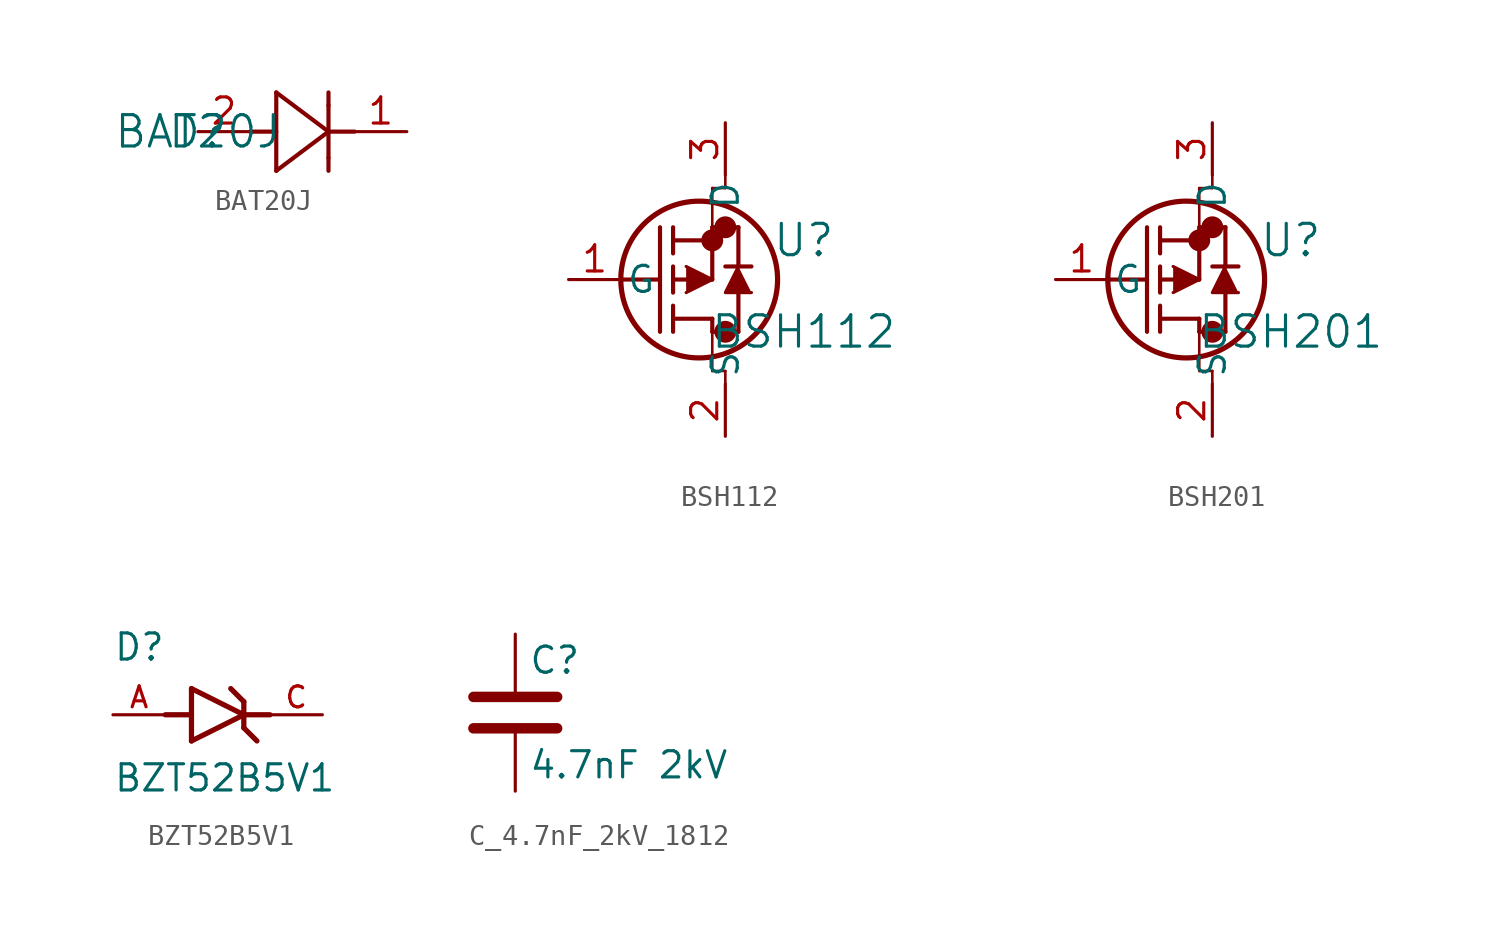
<source format=kicad_sym>
(kicad_symbol_lib
  (version 20231120)
  (generator "kicad_symbol_editor")
  (generator_version "8.0")
  (symbol "BAT20J"
    (pin_names
      (offset 0.254))
    (property "Reference" "D"
      (at 0 0 0)
      (effects (font (size 1.524 1.524))))
    (property "Value" "BAT20J"
      (at 0 0 0)
      (effects (font (size 1.524 1.524))))
    (symbol "BAT20J_0_1"
      (polyline (pts (xy 2.54 0) (xy 3.81 0)) (stroke (width 0.203) (type default)) (fill (type none)))
      (polyline (pts (xy 3.81 -1.905) (xy 6.35 0)) (stroke (width 0.203) (type default)) (fill (type none)))
      (polyline (pts (xy 3.81 1.905) (xy 3.81 -1.905)) (stroke (width 0.203) (type default)) (fill (type none)))
      (polyline (pts (xy 6.35 -1.905) (xy 6.35 -1.27)) (stroke (width 0.203) (type default)) (fill (type none)))
      (polyline (pts (xy 6.35 -1.27) (xy 6.35 1.27)) (stroke (width 0.203) (type default)) (fill (type none)))
      (polyline (pts (xy 6.35 0) (xy 3.81 1.905)) (stroke (width 0.203) (type default)) (fill (type none)))
      (polyline (pts (xy 6.35 1.27) (xy 6.35 1.905)) (stroke (width 0.203) (type default)) (fill (type none)))
      (polyline (pts (xy 7.62 0) (xy 6.35 0)) (stroke (width 0.203) (type default)) (fill (type none))))
    (symbol "BAT20J_1_1"
      (pin passive line (at 10.16 0 180) (length 2.54) (name "" (effects (font (size 1.27 1.27)))) (number "1" (effects (font (size 1.27 1.27)))))
      (pin passive line (at 0 0 0) (length 2.54) (name "" (effects (font (size 1.27 1.27)))) (number "2" (effects (font (size 1.27 1.27)))))))
  (symbol "BSH112"
    (pin_names
      (offset 0.254))
    (property "Reference" "U"
      (at 11.43 1.905 0)
      (effects (font (size 1.524 1.524))))
    (property "Value" "BSH112"
      (at 11.43 -2.54 0)
      (effects (font (size 1.524 1.524))))
    (symbol "BSH112_0_1"
      (polyline (pts (xy 2.54 0) (xy 4.445 0)) (stroke (width 0.203) (type default)) (fill (type none)))
      (polyline (pts (xy 4.445 -2.54) (xy 4.445 2.54)) (stroke (width 0.203) (type default)) (fill (type none)))
      (polyline (pts (xy 5.08 -2.54) (xy 5.08 -1.27)) (stroke (width 0.203) (type default)) (fill (type none)))
      (polyline (pts (xy 5.08 -1.905) (xy 6.985 -1.905)) (stroke (width 0.203) (type default)) (fill (type none)))
      (polyline (pts (xy 5.08 -0.635) (xy 5.08 0.635)) (stroke (width 0.203) (type default)) (fill (type none)))
      (polyline (pts (xy 5.08 1.27) (xy 5.08 2.54)) (stroke (width 0.203) (type default)) (fill (type none)))
      (polyline (pts (xy 5.08 1.905) (xy 6.985 1.905)) (stroke (width 0.203) (type default)) (fill (type none)))
      (polyline (pts (xy 5.715 0) (xy 5.08 0)) (stroke (width 0.203) (type default)) (fill (type none)))
      (polyline (pts (xy 6.35 0) (xy 6.985 0)) (stroke (width 0.203) (type default)) (fill (type none)))
      (polyline (pts (xy 6.985 -4.445) (xy 6.985 -2.54)) (stroke (width 0.127) (type default)) (fill (type none)))
      (polyline (pts (xy 6.985 -2.54) (xy 6.985 -1.905)) (stroke (width 0.203) (type default)) (fill (type none)))
      (polyline (pts (xy 6.985 -2.54) (xy 8.255 -2.54)) (stroke (width 0.203) (type default)) (fill (type none)))
      (polyline (pts (xy 6.985 1.905) (xy 6.985 0)) (stroke (width 0.203) (type default)) (fill (type none)))
      (polyline (pts (xy 6.985 1.905) (xy 6.985 2.54)) (stroke (width 0.203) (type default)) (fill (type none)))
      (polyline (pts (xy 6.985 2.54) (xy 8.255 2.54)) (stroke (width 0.203) (type default)) (fill (type none)))
      (polyline (pts (xy 6.985 4.445) (xy 6.985 2.54)) (stroke (width 0.127) (type default)) (fill (type none)))
      (polyline (pts (xy 7.62 -4.445) (xy 6.985 -4.445)) (stroke (width 0.127) (type default)) (fill (type none)))
      (polyline (pts (xy 7.62 -4.445) (xy 7.62 -5.08)) (stroke (width 0.127) (type default)) (fill (type none)))
      (polyline (pts (xy 7.62 4.445) (xy 6.985 4.445)) (stroke (width 0.127) (type default)) (fill (type none)))
      (polyline (pts (xy 7.62 5.08) (xy 7.62 4.445)) (stroke (width 0.127) (type default)) (fill (type none)))
      (polyline (pts (xy 8.255 -2.54) (xy 8.255 -0.635)) (stroke (width 0.203) (type default)) (fill (type none)))
      (polyline (pts (xy 8.255 0.635) (xy 8.255 2.54)) (stroke (width 0.203) (type default)) (fill (type none)))
      (polyline (pts (xy 8.89 0.635) (xy 7.62 0.635)) (stroke (width 0.203) (type default)) (fill (type none)))
      (polyline (pts (xy 5.715 0.635) (xy 6.985 0) (xy 5.715 -0.635)) (stroke (width 0) (type default)) (fill (type outline)))
      (polyline (pts (xy 8.89 -0.635) (xy 7.62 -0.635) (xy 8.255 0.635)) (stroke (width 0) (type default)) (fill (type outline)))
      (circle (center 6.35 0) (radius 3.81) (stroke (width 0.254) (type default)) (fill (type none)))
      (circle (center 6.985 1.905) (radius 0.025) (stroke (width 0.508) (type default)) (fill (type none)))
      (circle (center 7.62 -2.54) (radius 0.025) (stroke (width 0.508) (type default)) (fill (type none)))
      (circle (center 7.62 2.54) (radius 0.025) (stroke (width 0.508) (type default)) (fill (type none)))
      (pin unspecified line (at 0 0 0) (length 2.54) (name "G" (effects (font (size 1.27 1.27)))) (number "1" (effects (font (size 1.27 1.27)))))
      (pin unspecified line (at 7.62 -7.62 90) (length 2.54) (name "S" (effects (font (size 1.27 1.27)))) (number "2" (effects (font (size 1.27 1.27)))))
      (pin unspecified line (at 7.62 7.62 270) (length 2.54) (name "D" (effects (font (size 1.27 1.27)))) (number "3" (effects (font (size 1.27 1.27)))))))
  (symbol "BSH201"
    (pin_names
      (offset 0.254))
    (property "Reference" "U"
      (at 11.43 1.905 0)
      (effects (font (size 1.524 1.524))))
    (property "Value" "BSH201"
      (at 11.43 -2.54 0)
      (effects (font (size 1.524 1.524))))
    (symbol "BSH201_0_1"
      (polyline (pts (xy 2.54 0) (xy 4.445 0)) (stroke (width 0.203) (type default)) (fill (type none)))
      (polyline (pts (xy 4.445 -2.54) (xy 4.445 2.54)) (stroke (width 0.203) (type default)) (fill (type none)))
      (polyline (pts (xy 5.08 -2.54) (xy 5.08 -1.27)) (stroke (width 0.203) (type default)) (fill (type none)))
      (polyline (pts (xy 5.08 -1.905) (xy 6.985 -1.905)) (stroke (width 0.203) (type default)) (fill (type none)))
      (polyline (pts (xy 5.08 -0.635) (xy 5.08 0.635)) (stroke (width 0.203) (type default)) (fill (type none)))
      (polyline (pts (xy 5.08 1.27) (xy 5.08 2.54)) (stroke (width 0.203) (type default)) (fill (type none)))
      (polyline (pts (xy 5.08 1.905) (xy 6.985 1.905)) (stroke (width 0.203) (type default)) (fill (type none)))
      (polyline (pts (xy 5.715 0) (xy 5.08 0)) (stroke (width 0.203) (type default)) (fill (type none)))
      (polyline (pts (xy 6.35 0) (xy 6.985 0)) (stroke (width 0.203) (type default)) (fill (type none)))
      (polyline (pts (xy 6.985 -4.445) (xy 6.985 -2.54)) (stroke (width 0.127) (type default)) (fill (type none)))
      (polyline (pts (xy 6.985 -2.54) (xy 6.985 -1.905)) (stroke (width 0.203) (type default)) (fill (type none)))
      (polyline (pts (xy 6.985 -2.54) (xy 8.255 -2.54)) (stroke (width 0.203) (type default)) (fill (type none)))
      (polyline (pts (xy 6.985 1.905) (xy 6.985 0)) (stroke (width 0.203) (type default)) (fill (type none)))
      (polyline (pts (xy 6.985 1.905) (xy 6.985 2.54)) (stroke (width 0.203) (type default)) (fill (type none)))
      (polyline (pts (xy 6.985 2.54) (xy 8.255 2.54)) (stroke (width 0.203) (type default)) (fill (type none)))
      (polyline (pts (xy 6.985 4.445) (xy 6.985 2.54)) (stroke (width 0.127) (type default)) (fill (type none)))
      (polyline (pts (xy 7.62 -4.445) (xy 6.985 -4.445)) (stroke (width 0.127) (type default)) (fill (type none)))
      (polyline (pts (xy 7.62 -4.445) (xy 7.62 -5.08)) (stroke (width 0.127) (type default)) (fill (type none)))
      (polyline (pts (xy 7.62 4.445) (xy 6.985 4.445)) (stroke (width 0.127) (type default)) (fill (type none)))
      (polyline (pts (xy 7.62 5.08) (xy 7.62 4.445)) (stroke (width 0.127) (type default)) (fill (type none)))
      (polyline (pts (xy 8.255 -2.54) (xy 8.255 -0.635)) (stroke (width 0.203) (type default)) (fill (type none)))
      (polyline (pts (xy 8.255 0.635) (xy 8.255 2.54)) (stroke (width 0.203) (type default)) (fill (type none)))
      (polyline (pts (xy 8.89 0.635) (xy 7.62 0.635)) (stroke (width 0.203) (type default)) (fill (type none)))
      (polyline (pts (xy 5.715 0.635) (xy 6.985 0) (xy 5.715 -0.635)) (stroke (width 0) (type default)) (fill (type outline)))
      (polyline (pts (xy 8.89 -0.635) (xy 7.62 -0.635) (xy 8.255 0.635)) (stroke (width 0) (type default)) (fill (type outline)))
      (circle (center 6.35 0) (radius 3.81) (stroke (width 0.254) (type default)) (fill (type none)))
      (circle (center 6.985 1.905) (radius 0.025) (stroke (width 0.508) (type default)) (fill (type none)))
      (circle (center 7.62 -2.54) (radius 0.025) (stroke (width 0.508) (type default)) (fill (type none)))
      (circle (center 7.62 2.54) (radius 0.025) (stroke (width 0.508) (type default)) (fill (type none)))
      (pin unspecified line (at 0 0 0) (length 2.54) (name "G" (effects (font (size 1.27 1.27)))) (number "1" (effects (font (size 1.27 1.27)))))
      (pin unspecified line (at 7.62 -7.62 90) (length 2.54) (name "S" (effects (font (size 1.27 1.27)))) (number "2" (effects (font (size 1.27 1.27)))))
      (pin unspecified line (at 7.62 7.62 270) (length 2.54) (name "D" (effects (font (size 1.27 1.27)))) (number "3" (effects (font (size 1.27 1.27)))))))
  (symbol "BZT52B5V1"
    (pin_names
      (offset 1.016))
    (property "Reference" "D"
      (at -5.08 2.54 0)
      (effects (font (size 1.27 1.27)) (justify left bottom)))
    (property "Value" "BZT52B5V1"
      (at -5.08 -3.81 0)
      (effects (font (size 1.27 1.27)) (justify left bottom)))
    (symbol "BZT52B5V1_0_0"
      (polyline (pts (xy -2.54 0) (xy -1.27 0)) (stroke (width 0.254) (type default)) (fill (type none)))
      (polyline (pts (xy -1.27 -1.27) (xy 1.27 0)) (stroke (width 0.254) (type default)) (fill (type none)))
      (polyline (pts (xy -1.27 0) (xy -1.27 -1.27)) (stroke (width 0.254) (type default)) (fill (type none)))
      (polyline (pts (xy -1.27 1.27) (xy -1.27 0)) (stroke (width 0.254) (type default)) (fill (type none)))
      (polyline (pts (xy 0.635 1.27) (xy 1.27 0.635)) (stroke (width 0.254) (type default)) (fill (type none)))
      (polyline (pts (xy 1.27 -0.635) (xy 1.905 -1.27)) (stroke (width 0.254) (type default)) (fill (type none)))
      (polyline (pts (xy 1.27 0) (xy -1.27 1.27)) (stroke (width 0.254) (type default)) (fill (type none)))
      (polyline (pts (xy 1.27 0) (xy 1.27 -0.635)) (stroke (width 0.254) (type default)) (fill (type none)))
      (polyline (pts (xy 1.27 0.635) (xy 1.27 0)) (stroke (width 0.254) (type default)) (fill (type none)))
      (polyline (pts (xy 2.54 0) (xy 1.27 0)) (stroke (width 0.254) (type default)) (fill (type none)))
      (pin passive line (at -5.08 0 0) (length 2.54) (name "~" (effects (font (size 1.016 1.016)))) (number "A" (effects (font (size 1.016 1.016)))))
      (pin passive line (at 5.08 0 180) (length 2.54) (name "~" (effects (font (size 1.016 1.016)))) (number "C" (effects (font (size 1.016 1.016)))))))
  (symbol "C_4.7nF_2kV_1812"
    (pin_numbers hide)
    (pin_names
      (offset 0.254))
    (property "Reference" "C"
      (at 0.635 2.54 0)
      (effects (font (size 1.27 1.27)) (justify left)))
    (property "Value" "4.7nF 2kV"
      (at 0.635 -2.54 0)
      (effects (font (size 1.27 1.27)) (justify left)))
    (symbol "C_4.7nF_2kV_1812_0_1"
      (polyline (pts (xy -2.032 -0.762) (xy 2.032 -0.762)) (stroke (width 0.508) (type default)) (fill (type none)))
      (polyline (pts (xy -2.032 0.762) (xy 2.032 0.762)) (stroke (width 0.508) (type default)) (fill (type none))))
    (symbol "C_4.7nF_2kV_1812_1_1"
      (pin passive line (at 0 3.81 270) (length 2.794) (name "~" (effects (font (size 1.27 1.27)))) (number "1" (effects (font (size 1.27 1.27)))))
      (pin passive line (at 0 -3.81 90) (length 2.794) (name "~" (effects (font (size 1.27 1.27)))) (number "2" (effects (font (size 1.27 1.27))))))))
</source>
